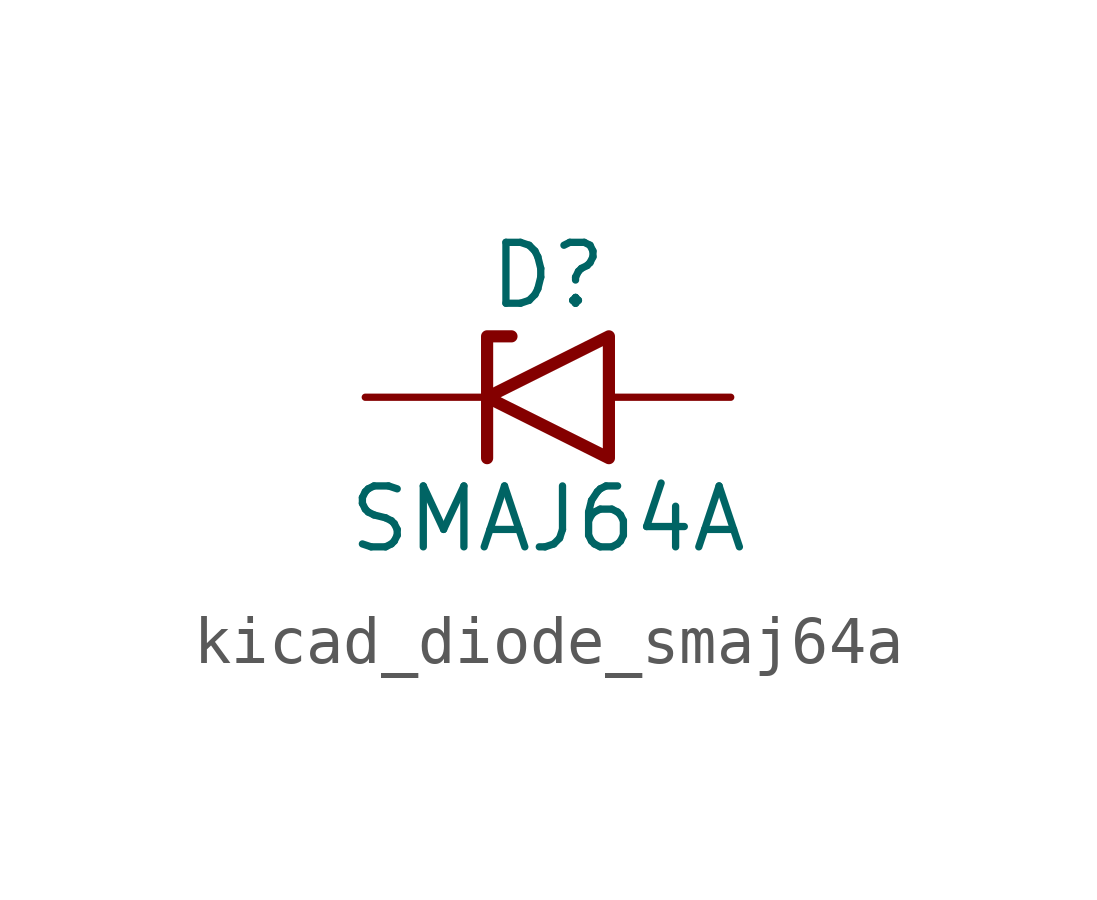
<source format=kicad_sym>
(kicad_symbol_lib
  (version 20220914)
  (generator kicad_symbol_editor)
  (symbol "kicad_diode_smaj64a"
    (pin_numbers hide)
    (pin_names
      (offset 1.016) hide)
    (property "Reference" "D"
      (at 0 2.54 0)
      (effects (font (size 1.27 1.27))))
    (property "Value" "SMAJ64A"
      (at 0 -2.54 0)
      (effects (font (size 1.27 1.27))))
    (symbol "kicad_diode_smaj64a_0_1"
      (polyline (pts (xy -0.762 1.27) (xy -1.27 1.27) (xy -1.27 -1.27)) (stroke (width 0.254) (type default)) (fill (type none)))
      (polyline (pts (xy 1.27 1.27) (xy 1.27 -1.27) (xy -1.27 0) (xy 1.27 1.27)) (stroke (width 0.254) (type default)) (fill (type none))))
    (symbol "kicad_diode_smaj64a_1_1"
      (pin passive line (at -3.81 0 0) (length 2.54) (name "A1" (effects (font (size 1.27 1.27)))) (number "1" (effects (font (size 1.27 1.27)))))
      (pin passive line (at 3.81 0 180) (length 2.54) (name "A2" (effects (font (size 1.27 1.27)))) (number "2" (effects (font (size 1.27 1.27))))))))
</source>
